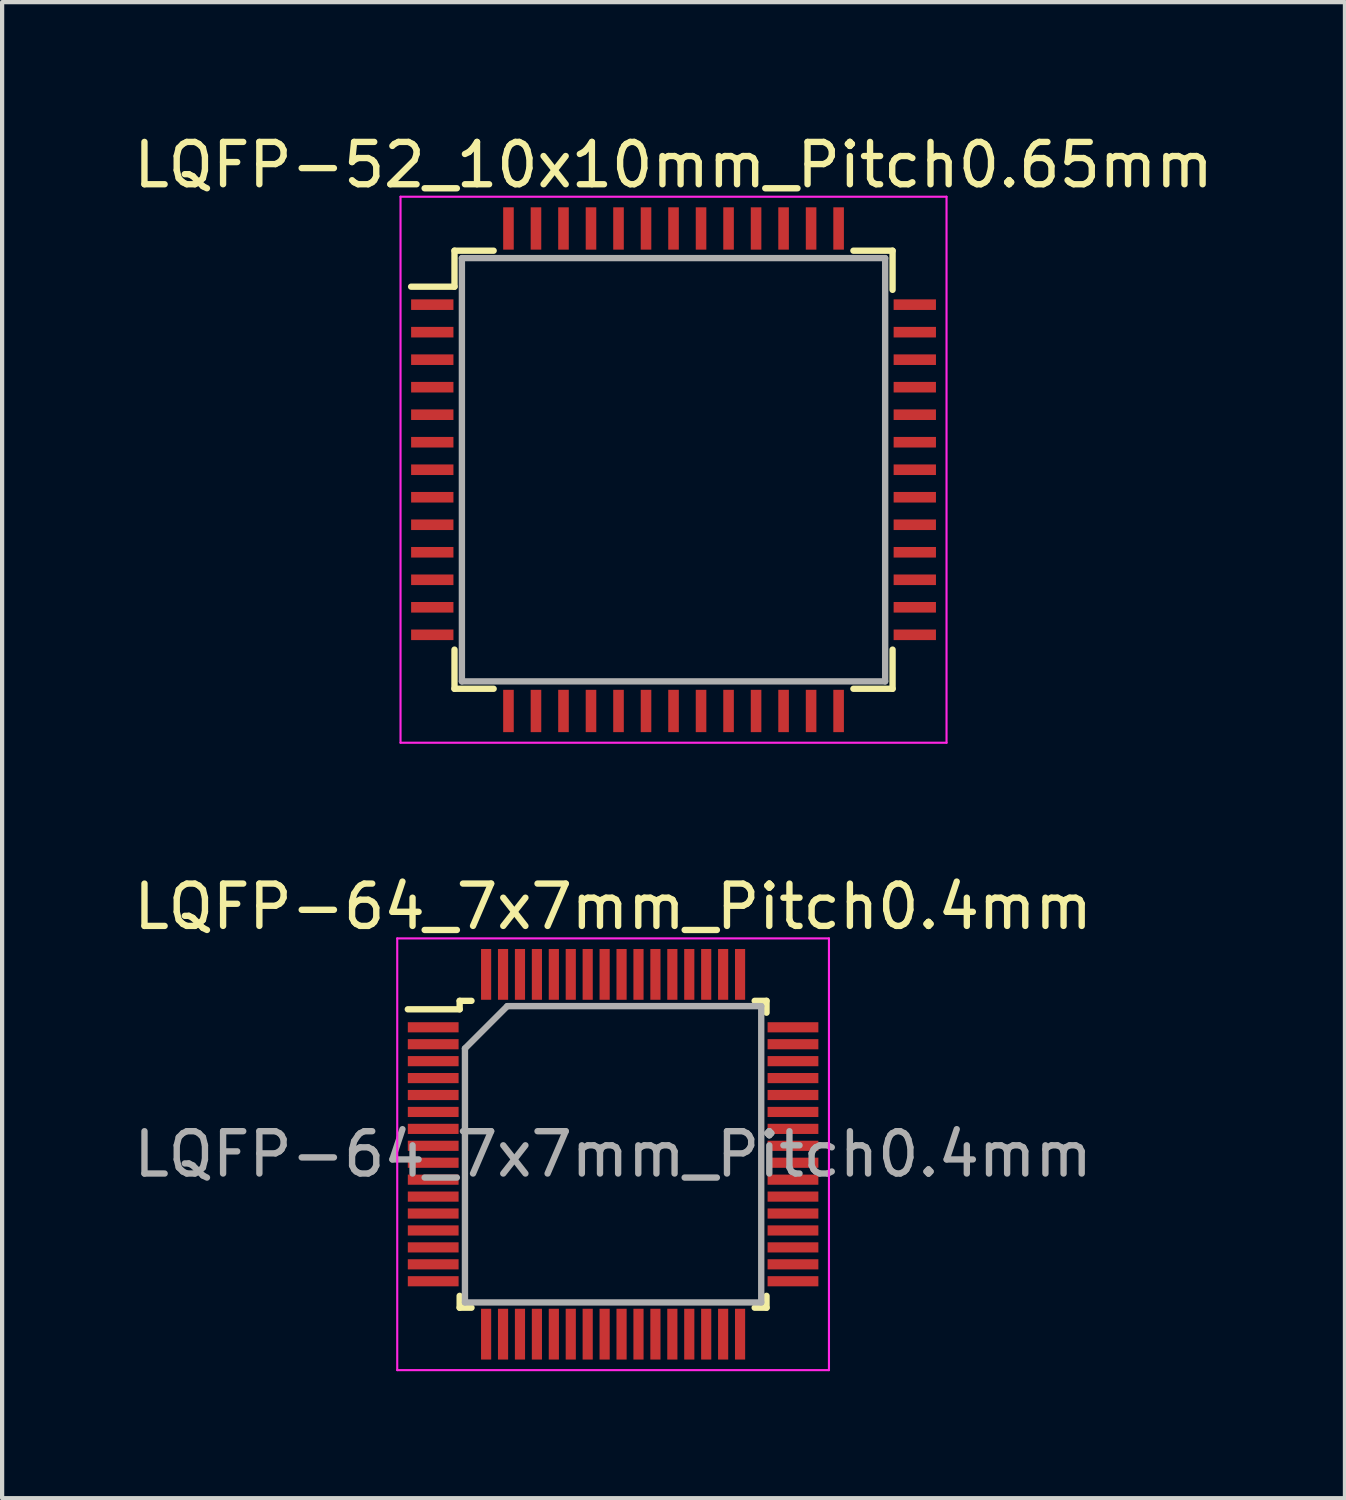
<source format=kicad_pcb>
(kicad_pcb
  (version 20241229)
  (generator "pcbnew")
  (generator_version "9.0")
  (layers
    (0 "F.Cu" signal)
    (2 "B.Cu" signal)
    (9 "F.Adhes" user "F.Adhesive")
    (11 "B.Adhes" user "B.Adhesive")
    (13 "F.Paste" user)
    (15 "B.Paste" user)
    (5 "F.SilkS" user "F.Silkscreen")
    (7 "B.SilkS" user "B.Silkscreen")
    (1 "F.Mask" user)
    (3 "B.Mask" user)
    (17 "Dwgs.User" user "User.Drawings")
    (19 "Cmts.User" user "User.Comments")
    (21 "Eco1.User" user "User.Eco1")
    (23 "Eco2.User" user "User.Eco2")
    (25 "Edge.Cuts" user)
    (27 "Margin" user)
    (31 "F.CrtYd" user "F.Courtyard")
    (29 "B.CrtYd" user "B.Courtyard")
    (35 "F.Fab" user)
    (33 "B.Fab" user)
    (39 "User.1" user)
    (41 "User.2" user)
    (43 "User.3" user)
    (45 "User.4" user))
  (footprint "LQFP-64_7x7mm_Pitch0.4mm"
    (layer "F.Cu")
    (at 11.435 24.221)
    (property "Reference" "LQFP-64_7x7mm_Pitch0.4mm" (at 0 -5.85 0) (layer "F.SilkS") (effects (font (size 1 1) (thickness 0.15))))
    (attr smd)
    (fp_line (start -3.625 -3.625) (end -3.625 -3.425) (stroke (width 0.15) (type solid)) (layer "F.SilkS"))
    (fp_line (start -3.625 -3.625) (end -3.345 -3.625) (stroke (width 0.15) (type solid)) (layer "F.SilkS"))
    (fp_line (start -3.625 -3.425) (end -4.85 -3.425) (stroke (width 0.15) (type solid)) (layer "F.SilkS"))
    (fp_line (start -3.625 3.625) (end -3.625 3.345) (stroke (width 0.15) (type solid)) (layer "F.SilkS"))
    (fp_line (start -3.625 3.625) (end -3.345 3.625) (stroke (width 0.15) (type solid)) (layer "F.SilkS"))
    (fp_line (start 3.625 -3.625) (end 3.345 -3.625) (stroke (width 0.15) (type solid)) (layer "F.SilkS"))
    (fp_line (start 3.625 -3.625) (end 3.625 -3.345) (stroke (width 0.15) (type solid)) (layer "F.SilkS"))
    (fp_line (start 3.625 3.625) (end 3.345 3.625) (stroke (width 0.15) (type solid)) (layer "F.SilkS"))
    (fp_line (start 3.625 3.625) (end 3.625 3.345) (stroke (width 0.15) (type solid)) (layer "F.SilkS"))
    (fp_line (start -5.1 -5.1) (end -5.1 5.1) (stroke (width 0.05) (type solid)) (layer "F.CrtYd"))
    (fp_line (start -5.1 -5.1) (end 5.1 -5.1) (stroke (width 0.05) (type solid)) (layer "F.CrtYd"))
    (fp_line (start -5.1 5.1) (end 5.1 5.1) (stroke (width 0.05) (type solid)) (layer "F.CrtYd"))
    (fp_line (start 5.1 -5.1) (end 5.1 5.1) (stroke (width 0.05) (type solid)) (layer "F.CrtYd"))
    (fp_line (start -3.5 -2.5) (end -2.5 -3.5) (stroke (width 0.15) (type solid)) (layer "F.Fab"))
    (fp_line (start -3.5 3.5) (end -3.5 -2.5) (stroke (width 0.15) (type solid)) (layer "F.Fab"))
    (fp_line (start -2.5 -3.5) (end 3.5 -3.5) (stroke (width 0.15) (type solid)) (layer "F.Fab"))
    (fp_line (start 3.5 -3.5) (end 3.5 3.5) (stroke (width 0.15) (type solid)) (layer "F.Fab"))
    (fp_line (start 3.5 3.5) (end -3.5 3.5) (stroke (width 0.15) (type solid)) (layer "F.Fab"))
    (fp_text user "${REFERENCE}" (at 0 0 0) (layer "F.Fab") (effects (font (size 1 1) (thickness 0.15))))
    (pad "1" smd rect (at -4.25 -3) (size 1.2 0.24) (layers "F.Cu" "F.Mask" "F.Paste"))
    (pad "2" smd rect (at -4.25 -2.6) (size 1.2 0.24) (layers "F.Cu" "F.Mask" "F.Paste"))
    (pad "3" smd rect (at -4.25 -2.2) (size 1.2 0.24) (layers "F.Cu" "F.Mask" "F.Paste"))
    (pad "4" smd rect (at -4.25 -1.8) (size 1.2 0.24) (layers "F.Cu" "F.Mask" "F.Paste"))
    (pad "5" smd rect (at -4.25 -1.4) (size 1.2 0.24) (layers "F.Cu" "F.Mask" "F.Paste"))
    (pad "6" smd rect (at -4.25 -1) (size 1.2 0.24) (layers "F.Cu" "F.Mask" "F.Paste"))
    (pad "7" smd rect (at -4.25 -0.6) (size 1.2 0.24) (layers "F.Cu" "F.Mask" "F.Paste"))
    (pad "8" smd rect (at -4.25 -0.2) (size 1.2 0.24) (layers "F.Cu" "F.Mask" "F.Paste"))
    (pad "9" smd rect (at -4.25 0.2) (size 1.2 0.24) (layers "F.Cu" "F.Mask" "F.Paste"))
    (pad "10" smd rect (at -4.25 0.6) (size 1.2 0.24) (layers "F.Cu" "F.Mask" "F.Paste"))
    (pad "11" smd rect (at -4.25 1) (size 1.2 0.24) (layers "F.Cu" "F.Mask" "F.Paste"))
    (pad "12" smd rect (at -4.25 1.4) (size 1.2 0.24) (layers "F.Cu" "F.Mask" "F.Paste"))
    (pad "13" smd rect (at -4.25 1.8) (size 1.2 0.24) (layers "F.Cu" "F.Mask" "F.Paste"))
    (pad "14" smd rect (at -4.25 2.2) (size 1.2 0.24) (layers "F.Cu" "F.Mask" "F.Paste"))
    (pad "15" smd rect (at -4.25 2.6) (size 1.2 0.24) (layers "F.Cu" "F.Mask" "F.Paste"))
    (pad "16" smd rect (at -4.25 3) (size 1.2 0.24) (layers "F.Cu" "F.Mask" "F.Paste"))
    (pad "17" smd rect (at -3 4.25 90) (size 1.2 0.24) (layers "F.Cu" "F.Mask" "F.Paste"))
    (pad "18" smd rect (at -2.6 4.25 90) (size 1.2 0.24) (layers "F.Cu" "F.Mask" "F.Paste"))
    (pad "19" smd rect (at -2.2 4.25 90) (size 1.2 0.24) (layers "F.Cu" "F.Mask" "F.Paste"))
    (pad "20" smd rect (at -1.8 4.25 90) (size 1.2 0.24) (layers "F.Cu" "F.Mask" "F.Paste"))
    (pad "21" smd rect (at -1.4 4.25 90) (size 1.2 0.24) (layers "F.Cu" "F.Mask" "F.Paste"))
    (pad "22" smd rect (at -1 4.25 90) (size 1.2 0.24) (layers "F.Cu" "F.Mask" "F.Paste"))
    (pad "23" smd rect (at -0.6 4.25 90) (size 1.2 0.24) (layers "F.Cu" "F.Mask" "F.Paste"))
    (pad "24" smd rect (at -0.2 4.25 90) (size 1.2 0.24) (layers "F.Cu" "F.Mask" "F.Paste"))
    (pad "25" smd rect (at 0.2 4.25 90) (size 1.2 0.24) (layers "F.Cu" "F.Mask" "F.Paste"))
    (pad "26" smd rect (at 0.6 4.25 90) (size 1.2 0.24) (layers "F.Cu" "F.Mask" "F.Paste"))
    (pad "27" smd rect (at 1 4.25 90) (size 1.2 0.24) (layers "F.Cu" "F.Mask" "F.Paste"))
    (pad "28" smd rect (at 1.4 4.25 90) (size 1.2 0.24) (layers "F.Cu" "F.Mask" "F.Paste"))
    (pad "29" smd rect (at 1.8 4.25 90) (size 1.2 0.24) (layers "F.Cu" "F.Mask" "F.Paste"))
    (pad "30" smd rect (at 2.2 4.25 90) (size 1.2 0.24) (layers "F.Cu" "F.Mask" "F.Paste"))
    (pad "31" smd rect (at 2.6 4.25 90) (size 1.2 0.24) (layers "F.Cu" "F.Mask" "F.Paste"))
    (pad "32" smd rect (at 3 4.25 90) (size 1.2 0.24) (layers "F.Cu" "F.Mask" "F.Paste"))
    (pad "33" smd rect (at 4.25 3) (size 1.2 0.24) (layers "F.Cu" "F.Mask" "F.Paste"))
    (pad "34" smd rect (at 4.25 2.6) (size 1.2 0.24) (layers "F.Cu" "F.Mask" "F.Paste"))
    (pad "35" smd rect (at 4.25 2.2) (size 1.2 0.24) (layers "F.Cu" "F.Mask" "F.Paste"))
    (pad "36" smd rect (at 4.25 1.8) (size 1.2 0.24) (layers "F.Cu" "F.Mask" "F.Paste"))
    (pad "37" smd rect (at 4.25 1.4) (size 1.2 0.24) (layers "F.Cu" "F.Mask" "F.Paste"))
    (pad "38" smd rect (at 4.25 1) (size 1.2 0.24) (layers "F.Cu" "F.Mask" "F.Paste"))
    (pad "39" smd rect (at 4.25 0.6) (size 1.2 0.24) (layers "F.Cu" "F.Mask" "F.Paste"))
    (pad "40" smd rect (at 4.25 0.2) (size 1.2 0.24) (layers "F.Cu" "F.Mask" "F.Paste"))
    (pad "41" smd rect (at 4.25 -0.2) (size 1.2 0.24) (layers "F.Cu" "F.Mask" "F.Paste"))
    (pad "42" smd rect (at 4.25 -0.6) (size 1.2 0.24) (layers "F.Cu" "F.Mask" "F.Paste"))
    (pad "43" smd rect (at 4.25 -1) (size 1.2 0.24) (layers "F.Cu" "F.Mask" "F.Paste"))
    (pad "44" smd rect (at 4.25 -1.4) (size 1.2 0.24) (layers "F.Cu" "F.Mask" "F.Paste"))
    (pad "45" smd rect (at 4.25 -1.8) (size 1.2 0.24) (layers "F.Cu" "F.Mask" "F.Paste"))
    (pad "46" smd rect (at 4.25 -2.2) (size 1.2 0.24) (layers "F.Cu" "F.Mask" "F.Paste"))
    (pad "47" smd rect (at 4.25 -2.6) (size 1.2 0.24) (layers "F.Cu" "F.Mask" "F.Paste"))
    (pad "48" smd rect (at 4.25 -3) (size 1.2 0.24) (layers "F.Cu" "F.Mask" "F.Paste"))
    (pad "49" smd rect (at 3 -4.25 90) (size 1.2 0.24) (layers "F.Cu" "F.Mask" "F.Paste"))
    (pad "50" smd rect (at 2.6 -4.25 90) (size 1.2 0.24) (layers "F.Cu" "F.Mask" "F.Paste"))
    (pad "51" smd rect (at 2.2 -4.25 90) (size 1.2 0.24) (layers "F.Cu" "F.Mask" "F.Paste"))
    (pad "52" smd rect (at 1.8 -4.25 90) (size 1.2 0.24) (layers "F.Cu" "F.Mask" "F.Paste"))
    (pad "53" smd rect (at 1.4 -4.25 90) (size 1.2 0.24) (layers "F.Cu" "F.Mask" "F.Paste"))
    (pad "54" smd rect (at 1 -4.25 90) (size 1.2 0.24) (layers "F.Cu" "F.Mask" "F.Paste"))
    (pad "55" smd rect (at 0.6 -4.25 90) (size 1.2 0.24) (layers "F.Cu" "F.Mask" "F.Paste"))
    (pad "56" smd rect (at 0.2 -4.25 90) (size 1.2 0.24) (layers "F.Cu" "F.Mask" "F.Paste"))
    (pad "57" smd rect (at -0.2 -4.25 90) (size 1.2 0.24) (layers "F.Cu" "F.Mask" "F.Paste"))
    (pad "58" smd rect (at -0.6 -4.25 90) (size 1.2 0.24) (layers "F.Cu" "F.Mask" "F.Paste"))
    (pad "59" smd rect (at -1 -4.25 90) (size 1.2 0.24) (layers "F.Cu" "F.Mask" "F.Paste"))
    (pad "60" smd rect (at -1.4 -4.25 90) (size 1.2 0.24) (layers "F.Cu" "F.Mask" "F.Paste"))
    (pad "61" smd rect (at -1.8 -4.25 90) (size 1.2 0.24) (layers "F.Cu" "F.Mask" "F.Paste"))
    (pad "62" smd rect (at -2.2 -4.25 90) (size 1.2 0.24) (layers "F.Cu" "F.Mask" "F.Paste"))
    (pad "63" smd rect (at -2.6 -4.25 90) (size 1.2 0.24) (layers "F.Cu" "F.Mask" "F.Paste"))
    (pad "64" smd rect (at -3 -4.25 90) (size 1.2 0.24) (layers "F.Cu" "F.Mask" "F.Paste")))
  (footprint "LQFP-52_10x10mm_Pitch0.65mm"
    (layer "F.Cu")
    (at 12.863 8.048)
    (property "Reference" "LQFP-52_10x10mm_Pitch0.65mm" (at 0 -7.2 0) (layer "F.SilkS") (effects (font (size 1 1) (thickness 0.15))))
    (attr smd)
    (fp_line (start -5.175 -5.175) (end -5.175 -4.325) (stroke (width 0.15) (type solid)) (layer "F.SilkS"))
    (fp_line (start -5.175 -5.175) (end -4.25 -5.175) (stroke (width 0.15) (type solid)) (layer "F.SilkS"))
    (fp_line (start -5.175 -4.325) (end -6.2 -4.325) (stroke (width 0.15) (type solid)) (layer "F.SilkS"))
    (fp_line (start -5.175 5.175) (end -5.175 4.25) (stroke (width 0.15) (type solid)) (layer "F.SilkS"))
    (fp_line (start -5.175 5.175) (end -4.25 5.175) (stroke (width 0.15) (type solid)) (layer "F.SilkS"))
    (fp_line (start 5.175 -5.175) (end 4.25 -5.175) (stroke (width 0.15) (type solid)) (layer "F.SilkS"))
    (fp_line (start 5.175 -5.175) (end 5.175 -4.25) (stroke (width 0.15) (type solid)) (layer "F.SilkS"))
    (fp_line (start 5.175 5.175) (end 4.25 5.175) (stroke (width 0.15) (type solid)) (layer "F.SilkS"))
    (fp_line (start 5.175 5.175) (end 5.175 4.25) (stroke (width 0.15) (type solid)) (layer "F.SilkS"))
    (fp_line (start -6.45 -6.45) (end -6.45 6.45) (stroke (width 0.05) (type solid)) (layer "F.CrtYd"))
    (fp_line (start -6.45 -6.45) (end 6.45 -6.45) (stroke (width 0.05) (type solid)) (layer "F.CrtYd"))
    (fp_line (start -6.45 6.45) (end 6.45 6.45) (stroke (width 0.05) (type solid)) (layer "F.CrtYd"))
    (fp_line (start 6.45 -6.45) (end 6.45 6.45) (stroke (width 0.05) (type solid)) (layer "F.CrtYd"))
    (fp_line (start -5 -5) (end 5 -5) (stroke (width 0.15) (type solid)) (layer "F.Fab"))
    (fp_line (start -5 5) (end -5 -5) (stroke (width 0.15) (type solid)) (layer "F.Fab"))
    (fp_line (start 5 -5) (end 5 5) (stroke (width 0.15) (type solid)) (layer "F.Fab"))
    (fp_line (start 5 5) (end -5 5) (stroke (width 0.15) (type solid)) (layer "F.Fab"))
    (pad "1" smd rect (at -5.7 -3.9) (size 1 0.25) (layers "F.Cu" "F.Mask" "F.Paste"))
    (pad "2" smd rect (at -5.7 -3.25) (size 1 0.25) (layers "F.Cu" "F.Mask" "F.Paste"))
    (pad "3" smd rect (at -5.7 -2.6) (size 1 0.25) (layers "F.Cu" "F.Mask" "F.Paste"))
    (pad "4" smd rect (at -5.7 -1.95) (size 1 0.25) (layers "F.Cu" "F.Mask" "F.Paste"))
    (pad "5" smd rect (at -5.7 -1.3) (size 1 0.25) (layers "F.Cu" "F.Mask" "F.Paste"))
    (pad "6" smd rect (at -5.7 -0.65) (size 1 0.25) (layers "F.Cu" "F.Mask" "F.Paste"))
    (pad "7" smd rect (at -5.7 0) (size 1 0.25) (layers "F.Cu" "F.Mask" "F.Paste"))
    (pad "8" smd rect (at -5.7 0.65) (size 1 0.25) (layers "F.Cu" "F.Mask" "F.Paste"))
    (pad "9" smd rect (at -5.7 1.3) (size 1 0.25) (layers "F.Cu" "F.Mask" "F.Paste"))
    (pad "10" smd rect (at -5.7 1.95) (size 1 0.25) (layers "F.Cu" "F.Mask" "F.Paste"))
    (pad "11" smd rect (at -5.7 2.6) (size 1 0.25) (layers "F.Cu" "F.Mask" "F.Paste"))
    (pad "12" smd rect (at -5.7 3.25) (size 1 0.25) (layers "F.Cu" "F.Mask" "F.Paste"))
    (pad "13" smd rect (at -5.7 3.9) (size 1 0.25) (layers "F.Cu" "F.Mask" "F.Paste"))
    (pad "14" smd rect (at -3.9 5.7 90) (size 1 0.25) (layers "F.Cu" "F.Mask" "F.Paste"))
    (pad "15" smd rect (at -3.25 5.7 90) (size 1 0.25) (layers "F.Cu" "F.Mask" "F.Paste"))
    (pad "16" smd rect (at -2.6 5.7 90) (size 1 0.25) (layers "F.Cu" "F.Mask" "F.Paste"))
    (pad "17" smd rect (at -1.95 5.7 90) (size 1 0.25) (layers "F.Cu" "F.Mask" "F.Paste"))
    (pad "18" smd rect (at -1.3 5.7 90) (size 1 0.25) (layers "F.Cu" "F.Mask" "F.Paste"))
    (pad "19" smd rect (at -0.65 5.7 90) (size 1 0.25) (layers "F.Cu" "F.Mask" "F.Paste"))
    (pad "20" smd rect (at 0 5.7 90) (size 1 0.25) (layers "F.Cu" "F.Mask" "F.Paste"))
    (pad "21" smd rect (at 0.65 5.7 90) (size 1 0.25) (layers "F.Cu" "F.Mask" "F.Paste"))
    (pad "22" smd rect (at 1.3 5.7 90) (size 1 0.25) (layers "F.Cu" "F.Mask" "F.Paste"))
    (pad "23" smd rect (at 1.95 5.7 90) (size 1 0.25) (layers "F.Cu" "F.Mask" "F.Paste"))
    (pad "24" smd rect (at 2.6 5.7 90) (size 1 0.25) (layers "F.Cu" "F.Mask" "F.Paste"))
    (pad "25" smd rect (at 3.25 5.7 90) (size 1 0.25) (layers "F.Cu" "F.Mask" "F.Paste"))
    (pad "26" smd rect (at 3.9 5.7 90) (size 1 0.25) (layers "F.Cu" "F.Mask" "F.Paste"))
    (pad "27" smd rect (at 5.7 3.9) (size 1 0.25) (layers "F.Cu" "F.Mask" "F.Paste"))
    (pad "28" smd rect (at 5.7 3.25) (size 1 0.25) (layers "F.Cu" "F.Mask" "F.Paste"))
    (pad "29" smd rect (at 5.7 2.6) (size 1 0.25) (layers "F.Cu" "F.Mask" "F.Paste"))
    (pad "30" smd rect (at 5.7 1.95) (size 1 0.25) (layers "F.Cu" "F.Mask" "F.Paste"))
    (pad "31" smd rect (at 5.7 1.3) (size 1 0.25) (layers "F.Cu" "F.Mask" "F.Paste"))
    (pad "32" smd rect (at 5.7 0.65) (size 1 0.25) (layers "F.Cu" "F.Mask" "F.Paste"))
    (pad "33" smd rect (at 5.7 0) (size 1 0.25) (layers "F.Cu" "F.Mask" "F.Paste"))
    (pad "34" smd rect (at 5.7 -0.65) (size 1 0.25) (layers "F.Cu" "F.Mask" "F.Paste"))
    (pad "35" smd rect (at 5.7 -1.3) (size 1 0.25) (layers "F.Cu" "F.Mask" "F.Paste"))
    (pad "36" smd rect (at 5.7 -1.95) (size 1 0.25) (layers "F.Cu" "F.Mask" "F.Paste"))
    (pad "37" smd rect (at 5.7 -2.6) (size 1 0.25) (layers "F.Cu" "F.Mask" "F.Paste"))
    (pad "38" smd rect (at 5.7 -3.25) (size 1 0.25) (layers "F.Cu" "F.Mask" "F.Paste"))
    (pad "39" smd rect (at 5.7 -3.9) (size 1 0.25) (layers "F.Cu" "F.Mask" "F.Paste"))
    (pad "40" smd rect (at 3.9 -5.7 90) (size 1 0.25) (layers "F.Cu" "F.Mask" "F.Paste"))
    (pad "41" smd rect (at 3.25 -5.7 90) (size 1 0.25) (layers "F.Cu" "F.Mask" "F.Paste"))
    (pad "42" smd rect (at 2.6 -5.7 90) (size 1 0.25) (layers "F.Cu" "F.Mask" "F.Paste"))
    (pad "43" smd rect (at 1.95 -5.7 90) (size 1 0.25) (layers "F.Cu" "F.Mask" "F.Paste"))
    (pad "44" smd rect (at 1.3 -5.7 90) (size 1 0.25) (layers "F.Cu" "F.Mask" "F.Paste"))
    (pad "45" smd rect (at 0.65 -5.7 90) (size 1 0.25) (layers "F.Cu" "F.Mask" "F.Paste"))
    (pad "46" smd rect (at 0 -5.7 90) (size 1 0.25) (layers "F.Cu" "F.Mask" "F.Paste"))
    (pad "47" smd rect (at -0.65 -5.7 90) (size 1 0.25) (layers "F.Cu" "F.Mask" "F.Paste"))
    (pad "48" smd rect (at -1.3 -5.7 90) (size 1 0.25) (layers "F.Cu" "F.Mask" "F.Paste"))
    (pad "49" smd rect (at -1.95 -5.7 90) (size 1 0.25) (layers "F.Cu" "F.Mask" "F.Paste"))
    (pad "50" smd rect (at -2.6 -5.7 90) (size 1 0.25) (layers "F.Cu" "F.Mask" "F.Paste"))
    (pad "51" smd rect (at -3.25 -5.7 90) (size 1 0.25) (layers "F.Cu" "F.Mask" "F.Paste"))
    (pad "52" smd rect (at -3.9 -5.7 90) (size 1 0.25) (layers "F.Cu" "F.Mask" "F.Paste")))
  (gr_rect
    (start -3 -3)
    (end 28.726 32.346)
    (stroke (width 0.1) (type default))
    (fill no)
    (layer "Edge.Cuts")))
</source>
